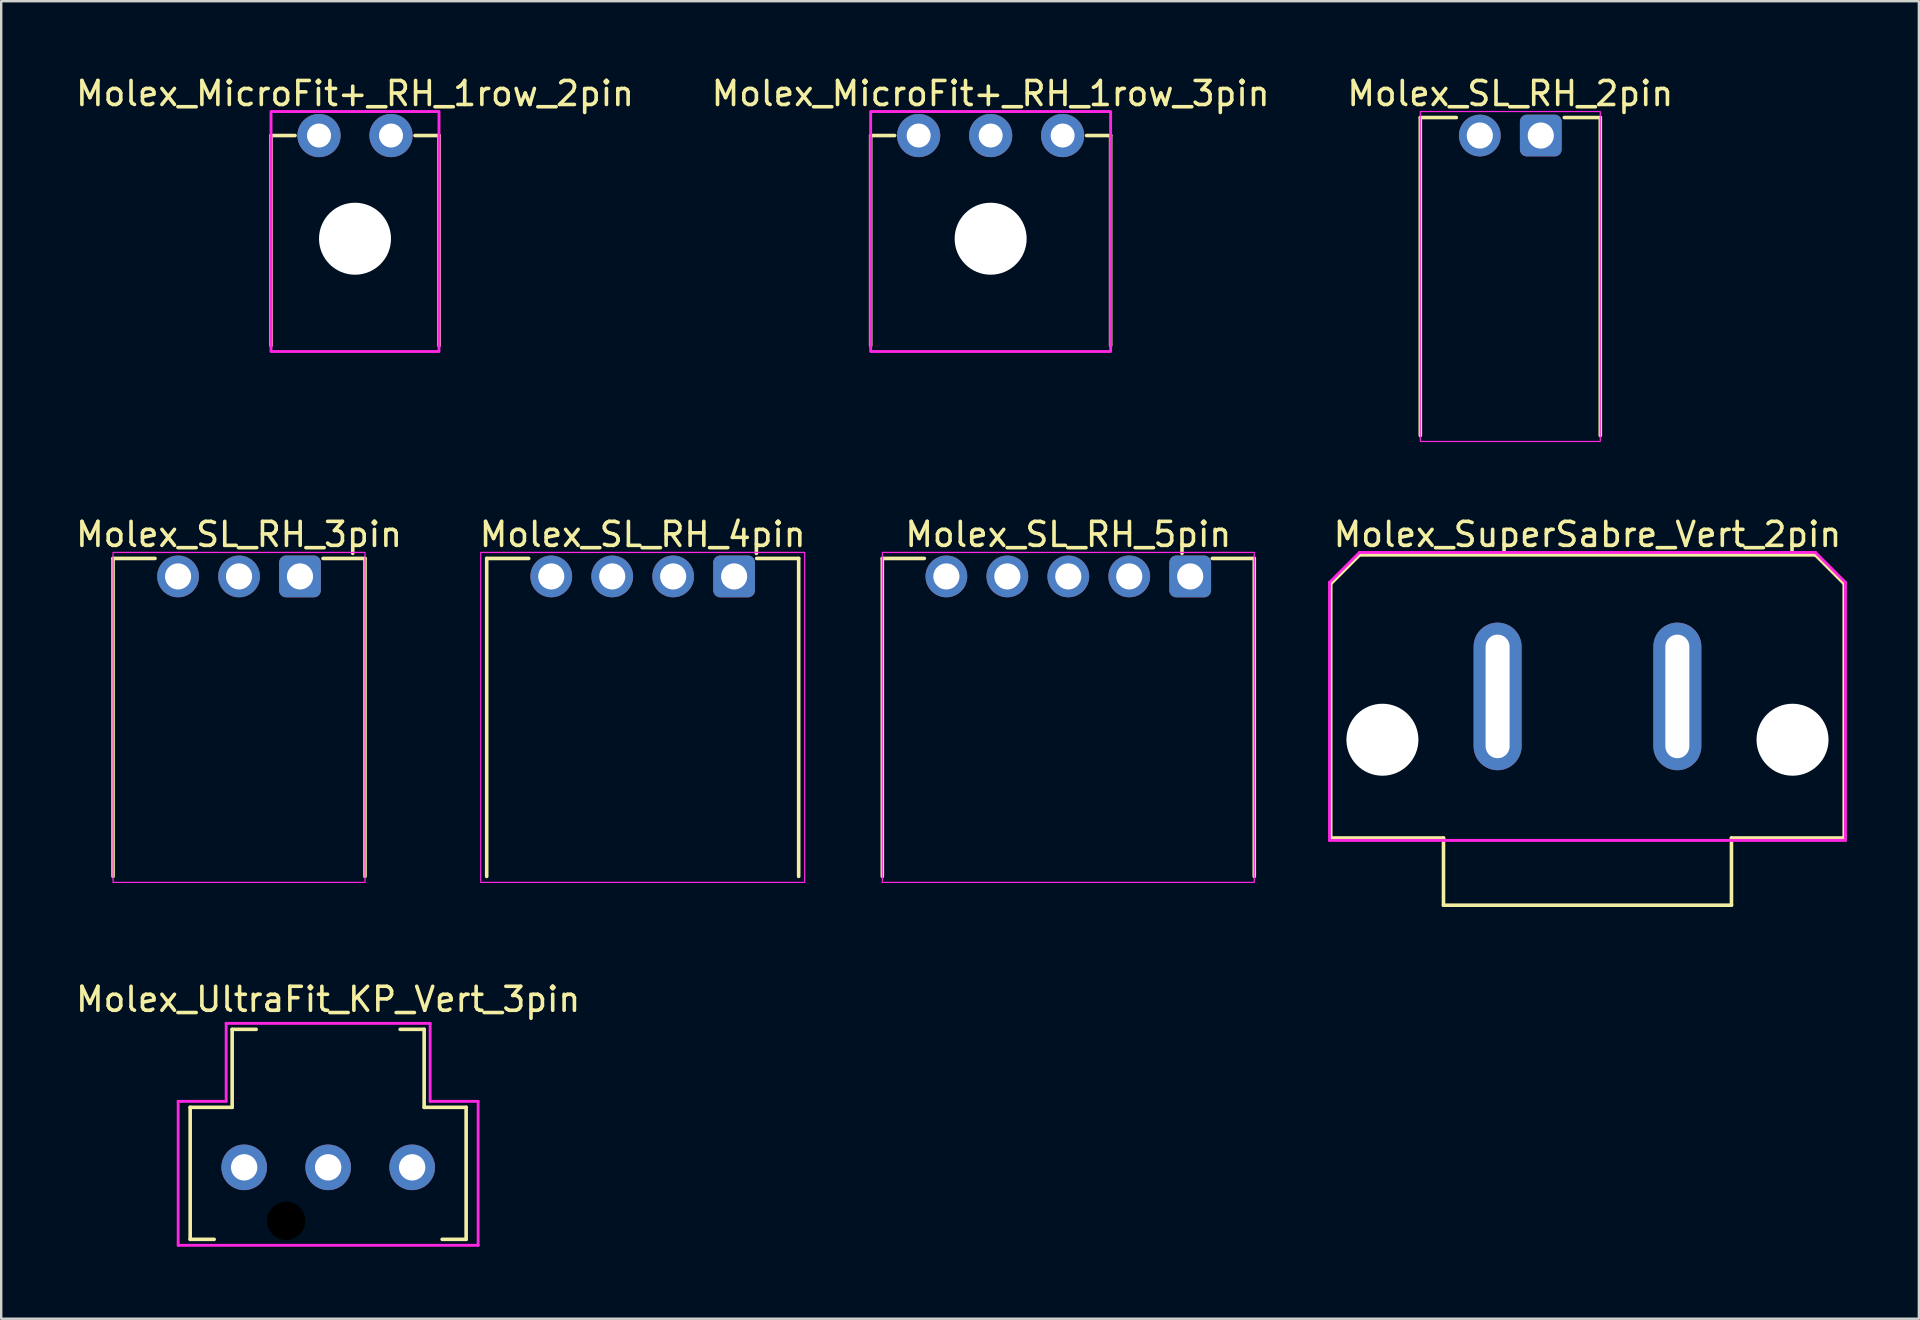
<source format=kicad_pcb>
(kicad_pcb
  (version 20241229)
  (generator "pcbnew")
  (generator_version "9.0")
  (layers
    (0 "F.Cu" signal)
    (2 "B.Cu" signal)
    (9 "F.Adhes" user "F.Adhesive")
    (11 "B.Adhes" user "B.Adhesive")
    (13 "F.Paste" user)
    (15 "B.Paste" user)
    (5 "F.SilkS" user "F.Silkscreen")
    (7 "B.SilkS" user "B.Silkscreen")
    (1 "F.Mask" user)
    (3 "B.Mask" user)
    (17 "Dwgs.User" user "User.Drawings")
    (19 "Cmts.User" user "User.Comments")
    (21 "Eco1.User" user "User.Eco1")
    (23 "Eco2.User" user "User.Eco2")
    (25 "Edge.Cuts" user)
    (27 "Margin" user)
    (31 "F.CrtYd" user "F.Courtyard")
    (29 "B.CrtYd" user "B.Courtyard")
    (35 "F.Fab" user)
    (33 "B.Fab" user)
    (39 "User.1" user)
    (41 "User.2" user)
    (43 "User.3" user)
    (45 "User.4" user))
  (footprint "Molex_SL_RH_4pin"
    (layer "F.Cu")
    (at 23.732 20.971)
    (property "Reference" "Molex_SL_RH_4pin" (at 0 -1.75 0) (unlocked yes) (layer "F.SilkS") (effects (font (size 1 1) (thickness 0.15))))
    (attr through_hole)
    (fp_line (start -6.5 -0.75) (end -6.5 12.5) (stroke (width 0.15) (type solid)) (layer "F.SilkS"))
    (fp_line (start -4.75 -0.75) (end -6.5 -0.75) (stroke (width 0.15) (type solid)) (layer "F.SilkS"))
    (fp_line (start 4.75 -0.75) (end 6.5 -0.75) (stroke (width 0.15) (type solid)) (layer "F.SilkS"))
    (fp_line (start 6.5 -0.75) (end 6.5 12.5) (stroke (width 0.15) (type solid)) (layer "F.SilkS"))
    (fp_rect (start -6.75 -1) (end 6.75 12.75) (stroke (width 0.05) (type solid)) (fill no) (layer "F.CrtYd"))
    (pad "1" thru_hole roundrect (at 3.81 0) (size 1.74 1.74) (drill 1.09) (layers "*.Cu" "*.Mask") (roundrect_rratio 0.164))
    (pad "2" thru_hole circle (at 1.27 0) (size 1.74 1.74) (drill 1.09) (layers "*.Cu" "*.Mask"))
    (pad "3" thru_hole circle (at -1.27 0) (size 1.74 1.74) (drill 1.09) (layers "*.Cu" "*.Mask"))
    (pad "4" thru_hole circle (at -3.81 0) (size 1.74 1.74) (drill 1.09) (layers "*.Cu" "*.Mask")))
  (footprint "Molex_SL_RH_3pin"
    (layer "F.Cu")
    (at 6.911 20.971)
    (property "Reference" "Molex_SL_RH_3pin" (at 0 -1.75 0) (unlocked yes) (layer "F.SilkS") (effects (font (size 1 1) (thickness 0.15))))
    (attr through_hole)
    (fp_line (start -5.25 -0.75) (end -5.25 12.5) (stroke (width 0.15) (type solid)) (layer "F.SilkS"))
    (fp_line (start -3.5 -0.75) (end -5.25 -0.75) (stroke (width 0.15) (type solid)) (layer "F.SilkS"))
    (fp_line (start 3.5 -0.75) (end 5.25 -0.75) (stroke (width 0.15) (type solid)) (layer "F.SilkS"))
    (fp_line (start 5.25 -0.75) (end 5.25 12.5) (stroke (width 0.15) (type solid)) (layer "F.SilkS"))
    (fp_rect (start -5.25 -1) (end 5.25 12.75) (stroke (width 0.05) (type solid)) (fill no) (layer "F.CrtYd"))
    (pad "1" thru_hole roundrect (at 2.54 0) (size 1.74 1.74) (drill 1.09) (layers "*.Cu" "*.Mask") (roundrect_rratio 0.164))
    (pad "2" thru_hole circle (at 0 0) (size 1.74 1.74) (drill 1.09) (layers "*.Cu" "*.Mask"))
    (pad "3" thru_hole circle (at -2.54 0) (size 1.74 1.74) (drill 1.09) (layers "*.Cu" "*.Mask")))
  (footprint "Molex_SuperSabre_Vert_2pin"
    (layer "F.Cu")
    (at 63.103 25.971)
    (property "Reference" "Molex_SuperSabre_Vert_2pin" (at 0 -6.75 0) (layer "F.SilkS") (effects (font (size 1 1) (thickness 0.15))))
    (attr through_hole)
    (fp_line (start -10.7 -4.7) (end -10.7 5.9) (stroke (width 0.15) (type solid)) (layer "F.SilkS"))
    (fp_line (start -10.7 5.9) (end -6 5.9) (stroke (width 0.15) (type solid)) (layer "F.SilkS"))
    (fp_line (start -9.5 -5.9) (end -10.7 -4.7) (stroke (width 0.15) (type solid)) (layer "F.SilkS"))
    (fp_line (start -6 5.9) (end -6 8.7) (stroke (width 0.15) (type solid)) (layer "F.SilkS"))
    (fp_line (start -6 8.7) (end 6 8.7) (stroke (width 0.15) (type solid)) (layer "F.SilkS"))
    (fp_line (start 6 5.9) (end 10.7 5.9) (stroke (width 0.15) (type solid)) (layer "F.SilkS"))
    (fp_line (start 6 8.7) (end 6 5.9) (stroke (width 0.15) (type solid)) (layer "F.SilkS"))
    (fp_line (start 9.5 -5.9) (end -9.5 -5.9) (stroke (width 0.15) (type solid)) (layer "F.SilkS"))
    (fp_line (start 9.5 -5.9) (end 10.7 -4.7) (stroke (width 0.15) (type solid)) (layer "F.SilkS"))
    (fp_line (start 10.7 5.9) (end 10.7 -4.7) (stroke (width 0.15) (type solid)) (layer "F.SilkS"))
    (fp_line (start -10.75 -4.75) (end -10.75 6) (stroke (width 0.12) (type solid)) (layer "F.CrtYd"))
    (fp_line (start -10.75 6) (end 10.75 6) (stroke (width 0.12) (type solid)) (layer "F.CrtYd"))
    (fp_line (start -9.5 -6) (end -10.75 -4.75) (stroke (width 0.12) (type solid)) (layer "F.CrtYd"))
    (fp_line (start 9.5 -6) (end -9.5 -6) (stroke (width 0.12) (type solid)) (layer "F.CrtYd"))
    (fp_line (start 10.75 -4.75) (end 9.5 -6) (stroke (width 0.12) (type solid)) (layer "F.CrtYd"))
    (fp_line (start 10.75 6) (end 10.75 -4.75) (stroke (width 0.12) (type solid)) (layer "F.CrtYd"))
    (pad "" np_thru_hole circle (at -8.545 1.805) (size 3 3) (drill 3) (layers "*.Cu" "*.Mask"))
    (pad "" np_thru_hole circle (at 8.545 1.805) (size 3 3) (drill 3) (layers "*.Cu" "*.Mask"))
    (pad "1" thru_hole oval (at 3.745 0) (size 2 6.15) (drill oval 1 5.15) (layers "*.Cu" "*.Mask"))
    (pad "2" thru_hole oval (at -3.745 0) (size 2 6.15) (drill oval 1 5.15) (layers "*.Cu" "*.Mask")))
  (footprint "Molex_MicroFit+_RH_1row_3pin"
    (layer "F.Cu")
    (at 38.232 2.598)
    (property "Reference" "Molex_MicroFit+_RH_1row_3pin" (at 0 -1.75 0) (unlocked yes) (layer "F.SilkS") (effects (font (size 1 1) (thickness 0.15))))
    (attr through_hole)
    (fp_line (start -5 0) (end -5 8.75) (stroke (width 0.15) (type solid)) (layer "F.SilkS"))
    (fp_line (start -4 0) (end -5 0) (stroke (width 0.15) (type solid)) (layer "F.SilkS"))
    (fp_line (start 4 0) (end 5 0) (stroke (width 0.15) (type solid)) (layer "F.SilkS"))
    (fp_line (start 5 0) (end 5 8.75) (stroke (width 0.15) (type solid)) (layer "F.SilkS"))
    (fp_rect (start -5 -1) (end 5 9) (stroke (width 0.12) (type solid)) (fill no) (layer "F.CrtYd"))
    (pad "" np_thru_hole circle (at 0 4.3) (size 3 3) (drill 3) (layers "*.Cu" "*.Mask"))
    (pad "1" thru_hole circle (at 3 0) (size 1.8 1.8) (drill 1) (layers "*.Cu" "*.Mask"))
    (pad "2" thru_hole circle (at 0 0) (size 1.8 1.8) (drill 1) (layers "*.Cu" "*.Mask"))
    (pad "3" thru_hole circle (at -3 0) (size 1.8 1.8) (drill 1) (layers "*.Cu" "*.Mask")))
  (footprint "Molex_MicroFit+_RH_1row_2pin"
    (layer "F.Cu")
    (at 11.744 2.598)
    (property "Reference" "Molex_MicroFit+_RH_1row_2pin" (at 0 -1.75 0) (unlocked yes) (layer "F.SilkS") (effects (font (size 1 1) (thickness 0.15))))
    (attr through_hole)
    (fp_line (start -3.5 0) (end -3.5 8.75) (stroke (width 0.15) (type solid)) (layer "F.SilkS"))
    (fp_line (start -2.5 0) (end -3.5 0) (stroke (width 0.15) (type solid)) (layer "F.SilkS"))
    (fp_line (start 2.5 0) (end 3.5 0) (stroke (width 0.15) (type solid)) (layer "F.SilkS"))
    (fp_line (start 3.5 0) (end 3.5 8.75) (stroke (width 0.15) (type solid)) (layer "F.SilkS"))
    (fp_rect (start -3.5 -1) (end 3.5 9) (stroke (width 0.12) (type solid)) (fill no) (layer "F.CrtYd"))
    (pad "" np_thru_hole circle (at 0 4.3) (size 3 3) (drill 3) (layers "*.Cu" "*.Mask"))
    (pad "1" thru_hole circle (at 1.5 0) (size 1.8 1.8) (drill 1) (layers "*.Cu" "*.Mask"))
    (pad "2" thru_hole circle (at -1.5 0) (size 1.8 1.8) (drill 1) (layers "*.Cu" "*.Mask")))
  (footprint "Molex_SL_RH_5pin"
    (layer "F.Cu")
    (at 41.468 20.971)
    (property "Reference" "Molex_SL_RH_5pin" (at 0 -1.75 0) (unlocked yes) (layer "F.SilkS") (effects (font (size 1 1) (thickness 0.15))))
    (attr through_hole)
    (fp_line (start -7.75 -0.75) (end -7.75 12.5) (stroke (width 0.15) (type solid)) (layer "F.SilkS"))
    (fp_line (start -6 -0.75) (end -7.75 -0.75) (stroke (width 0.15) (type solid)) (layer "F.SilkS"))
    (fp_line (start 6 -0.75) (end 7.75 -0.75) (stroke (width 0.15) (type solid)) (layer "F.SilkS"))
    (fp_line (start 7.75 -0.75) (end 7.75 12.5) (stroke (width 0.15) (type solid)) (layer "F.SilkS"))
    (fp_rect (start -7.75 -1) (end 7.75 12.75) (stroke (width 0.05) (type solid)) (fill no) (layer "F.CrtYd"))
    (pad "1" thru_hole roundrect (at 5.08 0) (size 1.74 1.74) (drill 1.09) (layers "*.Cu" "*.Mask") (roundrect_rratio 0.164))
    (pad "2" thru_hole circle (at 2.54 0) (size 1.74 1.74) (drill 1.09) (layers "*.Cu" "*.Mask"))
    (pad "3" thru_hole circle (at 0 0) (size 1.74 1.74) (drill 1.09) (layers "*.Cu" "*.Mask"))
    (pad "4" thru_hole circle (at -2.54 0) (size 1.74 1.74) (drill 1.09) (layers "*.Cu" "*.Mask"))
    (pad "5" thru_hole circle (at -5.08 0) (size 1.74 1.74) (drill 1.09) (layers "*.Cu" "*.Mask")))
  (footprint "Molex_SL_RH_2pin"
    (layer "F.Cu")
    (at 59.887 2.598)
    (property "Reference" "Molex_SL_RH_2pin" (at 0 -1.75 0) (unlocked yes) (layer "F.SilkS") (effects (font (size 1 1) (thickness 0.15))))
    (attr through_hole)
    (fp_line (start -3.75 -0.75) (end -3.75 12.5) (stroke (width 0.15) (type solid)) (layer "F.SilkS"))
    (fp_line (start -2.25 -0.75) (end -3.75 -0.75) (stroke (width 0.15) (type solid)) (layer "F.SilkS"))
    (fp_line (start 2.25 -0.75) (end 3.75 -0.75) (stroke (width 0.15) (type solid)) (layer "F.SilkS"))
    (fp_line (start 3.75 -0.75) (end 3.75 12.5) (stroke (width 0.15) (type solid)) (layer "F.SilkS"))
    (fp_rect (start -3.75 -1) (end 3.75 12.75) (stroke (width 0.05) (type solid)) (fill no) (layer "F.CrtYd"))
    (pad "1" thru_hole roundrect (at 1.27 0) (size 1.74 1.74) (drill 1.09) (layers "*.Cu" "*.Mask") (roundrect_rratio 0.164))
    (pad "2" thru_hole circle (at -1.27 0) (size 1.74 1.74) (drill 1.09) (layers "*.Cu" "*.Mask")))
  (footprint "Molex_UltraFit_KP_Vert_3pin"
    (layer "F.Cu")
    (at 10.625 45.595)
    (property "Reference" "Molex_UltraFit_KP_Vert_3pin" (at 0 -7 0) (layer "F.SilkS") (effects (font (size 1 1) (thickness 0.15))))
    (attr through_hole)
    (fp_line (start -5.75 -2.5) (end -5.75 3) (stroke (width 0.15) (type solid)) (layer "F.SilkS"))
    (fp_line (start -5.75 -2.5) (end -4 -2.5) (stroke (width 0.15) (type solid)) (layer "F.SilkS"))
    (fp_line (start -5.75 3) (end -4.75 3) (stroke (width 0.15) (type solid)) (layer "F.SilkS"))
    (fp_line (start -4 -5.75) (end -3 -5.75) (stroke (width 0.15) (type solid)) (layer "F.SilkS"))
    (fp_line (start -4 -2.5) (end -4 -5.75) (stroke (width 0.15) (type solid)) (layer "F.SilkS"))
    (fp_line (start 4 -5.75) (end 3 -5.75) (stroke (width 0.15) (type solid)) (layer "F.SilkS"))
    (fp_line (start 4 -2.5) (end 4 -5.75) (stroke (width 0.15) (type solid)) (layer "F.SilkS"))
    (fp_line (start 5.75 -2.5) (end 4 -2.5) (stroke (width 0.15) (type solid)) (layer "F.SilkS"))
    (fp_line (start 5.75 -2.5) (end 5.75 3) (stroke (width 0.15) (type solid)) (layer "F.SilkS"))
    (fp_line (start 5.75 3) (end 4.75 3) (stroke (width 0.15) (type solid)) (layer "F.SilkS"))
    (fp_line (start -6.25 3.25) (end -6.25 -2.75) (stroke (width 0.12) (type solid)) (layer "F.CrtYd"))
    (fp_line (start -6.25 3.25) (end 6.25 3.25) (stroke (width 0.12) (type solid)) (layer "F.CrtYd"))
    (fp_line (start -4.25 -2.75) (end -6.25 -2.75) (stroke (width 0.12) (type solid)) (layer "F.CrtYd"))
    (fp_line (start -4.25 -2.75) (end -4.25 -6) (stroke (width 0.12) (type solid)) (layer "F.CrtYd"))
    (fp_line (start 4.25 -6) (end -4.25 -6) (stroke (width 0.12) (type solid)) (layer "F.CrtYd"))
    (fp_line (start 4.25 -2.75) (end 4.25 -6) (stroke (width 0.12) (type solid)) (layer "F.CrtYd"))
    (fp_line (start 6.25 -2.75) (end 4.25 -2.75) (stroke (width 0.12) (type solid)) (layer "F.CrtYd"))
    (fp_line (start 6.25 -2.75) (end 6.25 3.25) (stroke (width 0.12) (type solid)) (layer "F.CrtYd"))
    (pad "" np_thru_hole circle (at -1.75 2.23) (size 1.6 1.6) (drill 1.6) (layers "*.Mask"))
    (pad "1" thru_hole circle (at 3.5 0) (size 1.9 1.9) (drill 1.1) (layers "*.Cu" "*.Mask"))
    (pad "2" thru_hole circle (at 0 0) (size 1.9 1.9) (drill 1.1) (layers "*.Cu" "*.Mask"))
    (pad "3" thru_hole circle (at -3.5 0) (size 1.9 1.9) (drill 1.1) (layers "*.Cu" "*.Mask")))
  (gr_rect
    (start -3 -3)
    (end 76.913 51.905)
    (stroke (width 0.1) (type default))
    (fill no)
    (layer "Edge.Cuts")))
</source>
